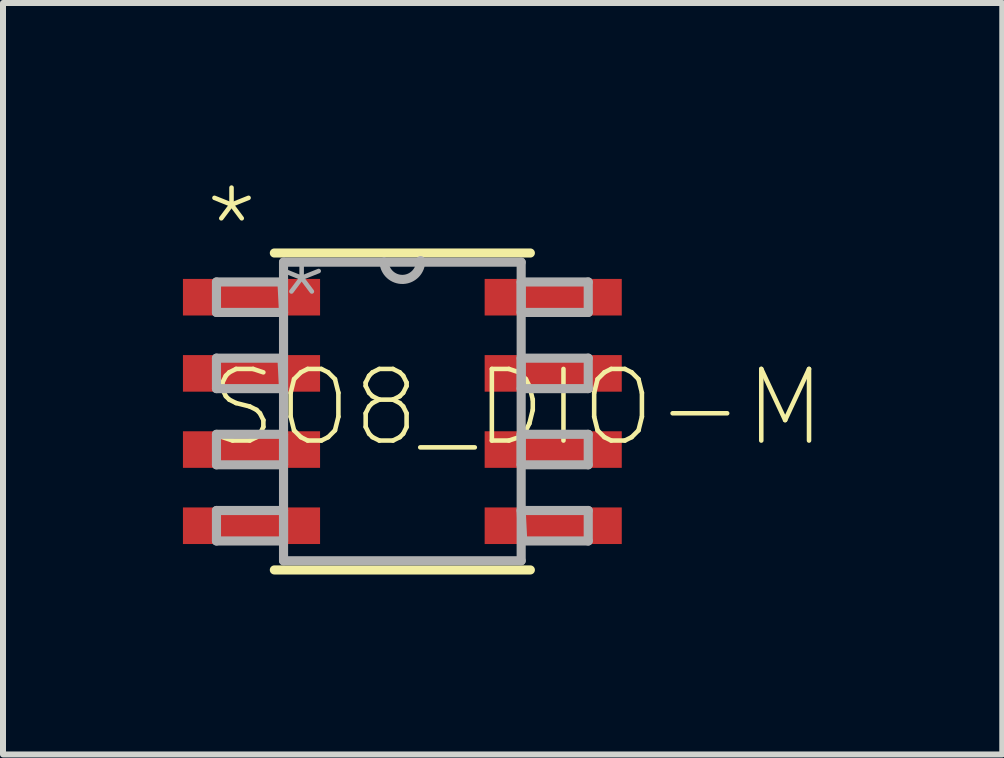
<source format=kicad_pcb>
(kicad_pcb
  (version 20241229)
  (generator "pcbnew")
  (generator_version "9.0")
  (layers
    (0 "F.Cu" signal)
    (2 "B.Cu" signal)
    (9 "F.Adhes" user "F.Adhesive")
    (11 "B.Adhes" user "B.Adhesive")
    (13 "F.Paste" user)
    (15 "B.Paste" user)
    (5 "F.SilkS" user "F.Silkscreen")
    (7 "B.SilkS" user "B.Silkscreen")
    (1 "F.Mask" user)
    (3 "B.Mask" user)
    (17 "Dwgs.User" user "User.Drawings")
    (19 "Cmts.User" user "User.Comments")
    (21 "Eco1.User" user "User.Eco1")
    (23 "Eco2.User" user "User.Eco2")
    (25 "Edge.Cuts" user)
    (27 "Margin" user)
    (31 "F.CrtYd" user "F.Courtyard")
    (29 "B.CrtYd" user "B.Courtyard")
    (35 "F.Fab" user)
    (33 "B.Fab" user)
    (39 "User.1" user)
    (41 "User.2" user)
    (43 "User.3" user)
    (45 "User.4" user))
  (footprint "SO8_DIO-M"
    (layer "F.Cu")
    (at 3.658 3.81)
    (property "Reference" "SO8_DIO-M" (at -3.277 0.635 0) (layer "F.SilkS") (effects (font (size 1.194 1.194) (thickness 0.076)) (justify left bottom)))
    (fp_line (start -2.134 2.642) (end 2.134 2.642) (stroke (width 0.152) (type solid)) (layer "F.SilkS"))
    (fp_line (start 2.134 -2.642) (end -2.134 -2.642) (stroke (width 0.152) (type solid)) (layer "F.SilkS"))
    (fp_line (start -3.099 -2.159) (end -3.099 -1.651) (stroke (width 0.152) (type solid)) (layer "F.Fab"))
    (fp_line (start -3.099 -1.651) (end -1.981 -1.651) (stroke (width 0.152) (type solid)) (layer "F.Fab"))
    (fp_line (start -3.099 -0.889) (end -3.099 -0.381) (stroke (width 0.152) (type solid)) (layer "F.Fab"))
    (fp_line (start -3.099 -0.381) (end -1.981 -0.381) (stroke (width 0.152) (type solid)) (layer "F.Fab"))
    (fp_line (start -3.099 0.381) (end -3.099 0.889) (stroke (width 0.152) (type solid)) (layer "F.Fab"))
    (fp_line (start -3.099 0.889) (end -1.981 0.889) (stroke (width 0.152) (type solid)) (layer "F.Fab"))
    (fp_line (start -3.099 1.651) (end -3.099 2.159) (stroke (width 0.152) (type solid)) (layer "F.Fab"))
    (fp_line (start -3.099 2.159) (end -1.981 2.159) (stroke (width 0.152) (type solid)) (layer "F.Fab"))
    (fp_line (start -2.007 -2.159) (end -3.099 -2.159) (stroke (width 0.152) (type solid)) (layer "F.Fab"))
    (fp_line (start -2.007 -0.889) (end -3.099 -0.889) (stroke (width 0.152) (type solid)) (layer "F.Fab"))
    (fp_line (start -1.981 -2.489) (end -1.981 2.489) (stroke (width 0.152) (type solid)) (layer "F.Fab"))
    (fp_line (start -1.981 -1.651) (end -2.007 -2.159) (stroke (width 0.152) (type solid)) (layer "F.Fab"))
    (fp_line (start -1.981 -0.381) (end -2.007 -0.889) (stroke (width 0.152) (type solid)) (layer "F.Fab"))
    (fp_line (start -1.981 0.381) (end -3.099 0.381) (stroke (width 0.152) (type solid)) (layer "F.Fab"))
    (fp_line (start -1.981 0.889) (end -1.981 0.381) (stroke (width 0.152) (type solid)) (layer "F.Fab"))
    (fp_line (start -1.981 1.651) (end -3.099 1.651) (stroke (width 0.152) (type solid)) (layer "F.Fab"))
    (fp_line (start -1.981 2.159) (end -1.981 1.651) (stroke (width 0.152) (type solid)) (layer "F.Fab"))
    (fp_line (start -1.981 2.489) (end 1.981 2.489) (stroke (width 0.152) (type solid)) (layer "F.Fab"))
    (fp_line (start -0.305 -2.489) (end -1.981 -2.489) (stroke (width 0.152) (type solid)) (layer "F.Fab"))
    (fp_line (start 1.981 -2.489) (end -0.305 -2.489) (stroke (width 0.152) (type solid)) (layer "F.Fab"))
    (fp_line (start 1.981 -2.159) (end 1.981 -1.651) (stroke (width 0.152) (type solid)) (layer "F.Fab"))
    (fp_line (start 1.981 -1.651) (end 3.099 -1.651) (stroke (width 0.152) (type solid)) (layer "F.Fab"))
    (fp_line (start 1.981 -0.889) (end 1.981 -0.381) (stroke (width 0.152) (type solid)) (layer "F.Fab"))
    (fp_line (start 1.981 -0.381) (end 3.099 -0.381) (stroke (width 0.152) (type solid)) (layer "F.Fab"))
    (fp_line (start 1.981 0.381) (end 1.981 0.889) (stroke (width 0.152) (type solid)) (layer "F.Fab"))
    (fp_line (start 1.981 0.889) (end 3.099 0.889) (stroke (width 0.152) (type solid)) (layer "F.Fab"))
    (fp_line (start 1.981 1.651) (end 2.007 2.159) (stroke (width 0.152) (type solid)) (layer "F.Fab"))
    (fp_line (start 1.981 2.489) (end 1.981 -2.489) (stroke (width 0.152) (type solid)) (layer "F.Fab"))
    (fp_line (start 2.007 2.159) (end 3.099 2.159) (stroke (width 0.152) (type solid)) (layer "F.Fab"))
    (fp_line (start 3.099 -2.159) (end 1.981 -2.159) (stroke (width 0.152) (type solid)) (layer "F.Fab"))
    (fp_line (start 3.099 -1.651) (end 3.099 -2.159) (stroke (width 0.152) (type solid)) (layer "F.Fab"))
    (fp_line (start 3.099 -0.889) (end 1.981 -0.889) (stroke (width 0.152) (type solid)) (layer "F.Fab"))
    (fp_line (start 3.099 -0.381) (end 3.099 -0.889) (stroke (width 0.152) (type solid)) (layer "F.Fab"))
    (fp_line (start 3.099 0.381) (end 1.981 0.381) (stroke (width 0.152) (type solid)) (layer "F.Fab"))
    (fp_line (start 3.099 0.889) (end 3.099 0.381) (stroke (width 0.152) (type solid)) (layer "F.Fab"))
    (fp_line (start 3.099 1.651) (end 1.981 1.651) (stroke (width 0.152) (type solid)) (layer "F.Fab"))
    (fp_line (start 3.099 2.159) (end 3.099 1.651) (stroke (width 0.152) (type solid)) (layer "F.Fab"))
    (fp_arc (start 0.3048 -2.5146) (mid 0.0127 -2.1971) (end -0.3048 -2.4892) (stroke (width 0.1524) (type solid)) (layer "F.Fab"))
    (fp_text user "*" (at -3.353 -2.388 0) (layer "F.SilkS") (effects (font (size 1.194 1.194) (thickness 0.076)) (justify left bottom)))
    (fp_text user "*" (at -2.184 -1.168 0) (layer "F.Fab") (effects (font (size 1.194 1.194) (thickness 0.076)) (justify left bottom)))
    (pad "1" smd rect (at -2.515 -1.905) (size 2.286 0.61) (layers "F.Cu" "F.Mask" "F.Paste"))
    (pad "2" smd rect (at -2.515 -0.635) (size 2.286 0.61) (layers "F.Cu" "F.Mask" "F.Paste"))
    (pad "3" smd rect (at -2.515 0.635) (size 2.286 0.61) (layers "F.Cu" "F.Mask" "F.Paste"))
    (pad "4" smd rect (at -2.515 1.905) (size 2.286 0.61) (layers "F.Cu" "F.Mask" "F.Paste"))
    (pad "5" smd rect (at 2.515 1.905) (size 2.286 0.61) (layers "F.Cu" "F.Mask" "F.Paste"))
    (pad "6" smd rect (at 2.515 0.635) (size 2.286 0.61) (layers "F.Cu" "F.Mask" "F.Paste"))
    (pad "7" smd rect (at 2.515 -0.635) (size 2.286 0.61) (layers "F.Cu" "F.Mask" "F.Paste"))
    (pad "8" smd rect (at 2.515 -1.905) (size 2.286 0.61) (layers "F.Cu" "F.Mask" "F.Paste")))
  (gr_rect
    (start -3 -3)
    (end 13.66 9.528)
    (stroke (width 0.1) (type default))
    (fill no)
    (layer "Edge.Cuts")))
</source>
